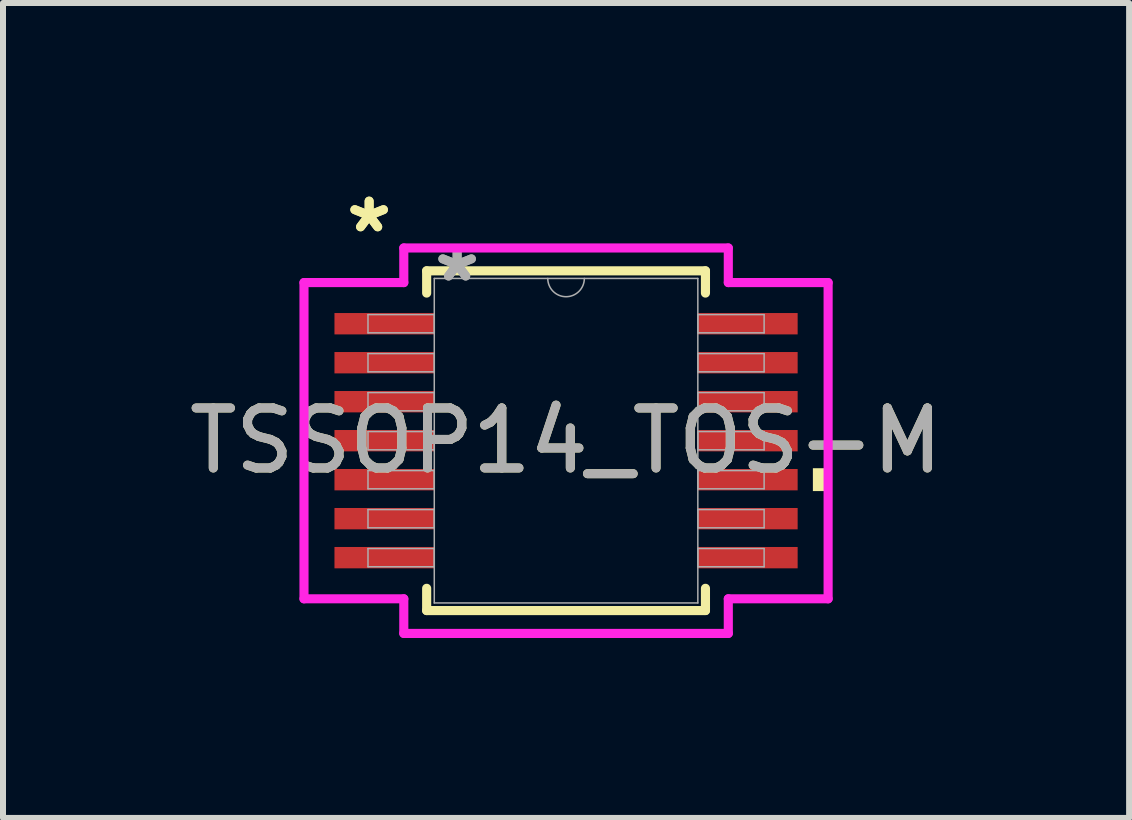
<source format=kicad_pcb>
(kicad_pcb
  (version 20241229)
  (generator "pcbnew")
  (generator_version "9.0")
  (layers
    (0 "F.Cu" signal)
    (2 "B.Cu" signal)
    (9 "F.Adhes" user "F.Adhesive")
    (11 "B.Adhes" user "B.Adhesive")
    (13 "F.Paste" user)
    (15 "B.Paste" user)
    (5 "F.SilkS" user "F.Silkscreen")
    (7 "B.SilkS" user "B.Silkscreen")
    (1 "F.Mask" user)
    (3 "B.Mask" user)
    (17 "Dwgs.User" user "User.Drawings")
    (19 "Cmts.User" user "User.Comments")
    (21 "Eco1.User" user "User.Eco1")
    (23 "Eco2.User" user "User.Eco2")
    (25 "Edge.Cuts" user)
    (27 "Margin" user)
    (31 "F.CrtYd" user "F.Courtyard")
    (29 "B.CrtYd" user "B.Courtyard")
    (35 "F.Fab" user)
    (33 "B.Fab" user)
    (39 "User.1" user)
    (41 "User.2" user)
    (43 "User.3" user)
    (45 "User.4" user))
  (footprint "TSSOP14_TOS-M"
    (layer "F.Cu")
    (at 6.387 4.297)
    (property "Reference" "TSSOP14_TOS-M" (at 0 0 0) (unlocked yes) (layer "F.SilkS") (effects (font (size 1 1) (thickness 0.15))))
    (attr smd)
    (fp_line (start -2.324 -2.832) (end -2.324 -2.461) (stroke (width 0.152) (type solid)) (layer "F.SilkS"))
    (fp_line (start -2.324 2.461) (end -2.324 2.832) (stroke (width 0.152) (type solid)) (layer "F.SilkS"))
    (fp_line (start -2.324 2.832) (end 2.324 2.832) (stroke (width 0.152) (type solid)) (layer "F.SilkS"))
    (fp_line (start 2.324 -2.832) (end -2.324 -2.832) (stroke (width 0.152) (type solid)) (layer "F.SilkS"))
    (fp_line (start 2.324 -2.461) (end 2.324 -2.832) (stroke (width 0.152) (type solid)) (layer "F.SilkS"))
    (fp_line (start 2.324 2.832) (end 2.324 2.461) (stroke (width 0.152) (type solid)) (layer "F.SilkS"))
    (fp_poly (pts (xy 4.369 0.459) (xy 4.369 0.84) (xy 4.115 0.84) (xy 4.115 0.459)) (stroke (width 0) (type solid)) (fill yes) (layer "F.SilkS"))
    (fp_line (start -4.369 -2.636) (end -2.705 -2.636) (stroke (width 0.152) (type solid)) (layer "F.CrtYd"))
    (fp_line (start -4.369 2.636) (end -4.369 -2.636) (stroke (width 0.152) (type solid)) (layer "F.CrtYd"))
    (fp_line (start -4.369 2.636) (end -2.705 2.636) (stroke (width 0.152) (type solid)) (layer "F.CrtYd"))
    (fp_line (start -2.705 -3.213) (end 2.705 -3.213) (stroke (width 0.152) (type solid)) (layer "F.CrtYd"))
    (fp_line (start -2.705 -2.636) (end -2.705 -3.213) (stroke (width 0.152) (type solid)) (layer "F.CrtYd"))
    (fp_line (start -2.705 3.213) (end -2.705 2.636) (stroke (width 0.152) (type solid)) (layer "F.CrtYd"))
    (fp_line (start 2.705 -3.213) (end 2.705 -2.636) (stroke (width 0.152) (type solid)) (layer "F.CrtYd"))
    (fp_line (start 2.705 2.636) (end 2.705 3.213) (stroke (width 0.152) (type solid)) (layer "F.CrtYd"))
    (fp_line (start 2.705 3.213) (end -2.705 3.213) (stroke (width 0.152) (type solid)) (layer "F.CrtYd"))
    (fp_line (start 4.369 -2.636) (end 2.705 -2.636) (stroke (width 0.152) (type solid)) (layer "F.CrtYd"))
    (fp_line (start 4.369 -2.636) (end 4.369 2.636) (stroke (width 0.152) (type solid)) (layer "F.CrtYd"))
    (fp_line (start 4.369 2.636) (end 2.705 2.636) (stroke (width 0.152) (type solid)) (layer "F.CrtYd"))
    (fp_line (start -3.302 -2.102) (end -3.302 -1.798) (stroke (width 0.025) (type solid)) (layer "F.Fab"))
    (fp_line (start -3.302 -1.798) (end -2.197 -1.798) (stroke (width 0.025) (type solid)) (layer "F.Fab"))
    (fp_line (start -3.302 -1.452) (end -3.302 -1.148) (stroke (width 0.025) (type solid)) (layer "F.Fab"))
    (fp_line (start -3.302 -1.148) (end -2.197 -1.148) (stroke (width 0.025) (type solid)) (layer "F.Fab"))
    (fp_line (start -3.302 -0.802) (end -3.302 -0.498) (stroke (width 0.025) (type solid)) (layer "F.Fab"))
    (fp_line (start -3.302 -0.498) (end -2.197 -0.498) (stroke (width 0.025) (type solid)) (layer "F.Fab"))
    (fp_line (start -3.302 -0.152) (end -3.302 0.152) (stroke (width 0.025) (type solid)) (layer "F.Fab"))
    (fp_line (start -3.302 0.152) (end -2.197 0.152) (stroke (width 0.025) (type solid)) (layer "F.Fab"))
    (fp_line (start -3.302 0.498) (end -3.302 0.802) (stroke (width 0.025) (type solid)) (layer "F.Fab"))
    (fp_line (start -3.302 0.802) (end -2.197 0.802) (stroke (width 0.025) (type solid)) (layer "F.Fab"))
    (fp_line (start -3.302 1.148) (end -3.302 1.452) (stroke (width 0.025) (type solid)) (layer "F.Fab"))
    (fp_line (start -3.302 1.452) (end -2.197 1.452) (stroke (width 0.025) (type solid)) (layer "F.Fab"))
    (fp_line (start -3.302 1.798) (end -3.302 2.102) (stroke (width 0.025) (type solid)) (layer "F.Fab"))
    (fp_line (start -3.302 2.102) (end -2.197 2.102) (stroke (width 0.025) (type solid)) (layer "F.Fab"))
    (fp_line (start -2.197 -2.705) (end -2.197 2.705) (stroke (width 0.025) (type solid)) (layer "F.Fab"))
    (fp_line (start -2.197 -2.102) (end -3.302 -2.102) (stroke (width 0.025) (type solid)) (layer "F.Fab"))
    (fp_line (start -2.197 -1.798) (end -2.197 -2.102) (stroke (width 0.025) (type solid)) (layer "F.Fab"))
    (fp_line (start -2.197 -1.452) (end -3.302 -1.452) (stroke (width 0.025) (type solid)) (layer "F.Fab"))
    (fp_line (start -2.197 -1.148) (end -2.197 -1.452) (stroke (width 0.025) (type solid)) (layer "F.Fab"))
    (fp_line (start -2.197 -0.802) (end -3.302 -0.802) (stroke (width 0.025) (type solid)) (layer "F.Fab"))
    (fp_line (start -2.197 -0.498) (end -2.197 -0.802) (stroke (width 0.025) (type solid)) (layer "F.Fab"))
    (fp_line (start -2.197 -0.152) (end -3.302 -0.152) (stroke (width 0.025) (type solid)) (layer "F.Fab"))
    (fp_line (start -2.197 0.152) (end -2.197 -0.152) (stroke (width 0.025) (type solid)) (layer "F.Fab"))
    (fp_line (start -2.197 0.498) (end -3.302 0.498) (stroke (width 0.025) (type solid)) (layer "F.Fab"))
    (fp_line (start -2.197 0.802) (end -2.197 0.498) (stroke (width 0.025) (type solid)) (layer "F.Fab"))
    (fp_line (start -2.197 1.148) (end -3.302 1.148) (stroke (width 0.025) (type solid)) (layer "F.Fab"))
    (fp_line (start -2.197 1.452) (end -2.197 1.148) (stroke (width 0.025) (type solid)) (layer "F.Fab"))
    (fp_line (start -2.197 1.798) (end -3.302 1.798) (stroke (width 0.025) (type solid)) (layer "F.Fab"))
    (fp_line (start -2.197 2.102) (end -2.197 1.798) (stroke (width 0.025) (type solid)) (layer "F.Fab"))
    (fp_line (start -2.197 2.705) (end 2.197 2.705) (stroke (width 0.025) (type solid)) (layer "F.Fab"))
    (fp_line (start 2.197 -2.705) (end -2.197 -2.705) (stroke (width 0.025) (type solid)) (layer "F.Fab"))
    (fp_line (start 2.197 -2.102) (end 2.197 -1.798) (stroke (width 0.025) (type solid)) (layer "F.Fab"))
    (fp_line (start 2.197 -1.798) (end 3.302 -1.798) (stroke (width 0.025) (type solid)) (layer "F.Fab"))
    (fp_line (start 2.197 -1.452) (end 2.197 -1.148) (stroke (width 0.025) (type solid)) (layer "F.Fab"))
    (fp_line (start 2.197 -1.148) (end 3.302 -1.148) (stroke (width 0.025) (type solid)) (layer "F.Fab"))
    (fp_line (start 2.197 -0.802) (end 2.197 -0.498) (stroke (width 0.025) (type solid)) (layer "F.Fab"))
    (fp_line (start 2.197 -0.498) (end 3.302 -0.498) (stroke (width 0.025) (type solid)) (layer "F.Fab"))
    (fp_line (start 2.197 -0.152) (end 2.197 0.152) (stroke (width 0.025) (type solid)) (layer "F.Fab"))
    (fp_line (start 2.197 0.152) (end 3.302 0.152) (stroke (width 0.025) (type solid)) (layer "F.Fab"))
    (fp_line (start 2.197 0.498) (end 2.197 0.802) (stroke (width 0.025) (type solid)) (layer "F.Fab"))
    (fp_line (start 2.197 0.802) (end 3.302 0.802) (stroke (width 0.025) (type solid)) (layer "F.Fab"))
    (fp_line (start 2.197 1.148) (end 2.197 1.452) (stroke (width 0.025) (type solid)) (layer "F.Fab"))
    (fp_line (start 2.197 1.452) (end 3.302 1.452) (stroke (width 0.025) (type solid)) (layer "F.Fab"))
    (fp_line (start 2.197 1.798) (end 2.197 2.102) (stroke (width 0.025) (type solid)) (layer "F.Fab"))
    (fp_line (start 2.197 2.102) (end 3.302 2.102) (stroke (width 0.025) (type solid)) (layer "F.Fab"))
    (fp_line (start 2.197 2.705) (end 2.197 -2.705) (stroke (width 0.025) (type solid)) (layer "F.Fab"))
    (fp_line (start 3.302 -2.102) (end 2.197 -2.102) (stroke (width 0.025) (type solid)) (layer "F.Fab"))
    (fp_line (start 3.302 -1.798) (end 3.302 -2.102) (stroke (width 0.025) (type solid)) (layer "F.Fab"))
    (fp_line (start 3.302 -1.452) (end 2.197 -1.452) (stroke (width 0.025) (type solid)) (layer "F.Fab"))
    (fp_line (start 3.302 -1.148) (end 3.302 -1.452) (stroke (width 0.025) (type solid)) (layer "F.Fab"))
    (fp_line (start 3.302 -0.802) (end 2.197 -0.802) (stroke (width 0.025) (type solid)) (layer "F.Fab"))
    (fp_line (start 3.302 -0.498) (end 3.302 -0.802) (stroke (width 0.025) (type solid)) (layer "F.Fab"))
    (fp_line (start 3.302 -0.152) (end 2.197 -0.152) (stroke (width 0.025) (type solid)) (layer "F.Fab"))
    (fp_line (start 3.302 0.152) (end 3.302 -0.152) (stroke (width 0.025) (type solid)) (layer "F.Fab"))
    (fp_line (start 3.302 0.498) (end 2.197 0.498) (stroke (width 0.025) (type solid)) (layer "F.Fab"))
    (fp_line (start 3.302 0.802) (end 3.302 0.498) (stroke (width 0.025) (type solid)) (layer "F.Fab"))
    (fp_line (start 3.302 1.148) (end 2.197 1.148) (stroke (width 0.025) (type solid)) (layer "F.Fab"))
    (fp_line (start 3.302 1.452) (end 3.302 1.148) (stroke (width 0.025) (type solid)) (layer "F.Fab"))
    (fp_line (start 3.302 1.798) (end 2.197 1.798) (stroke (width 0.025) (type solid)) (layer "F.Fab"))
    (fp_line (start 3.302 2.102) (end 3.302 1.798) (stroke (width 0.025) (type solid)) (layer "F.Fab"))
    (fp_arc (start 0.3048 -2.7051) (mid 0 -2.4003) (end -0.3048 -2.7051) (stroke (width 0.0254) (type solid)) (layer "F.Fab"))
    (fp_text user "*" (at -3.283 -3.449 0) (unlocked yes) (layer "F.SilkS") (effects (font (size 1 1) (thickness 0.15))))
    (fp_text user "*" (at -3.283 -3.449 0) (layer "F.SilkS") (effects (font (size 1 1) (thickness 0.15))))
    (fp_text user "*" (at -1.816 -2.629 0) (layer "F.Fab") (effects (font (size 1 1) (thickness 0.15))))
    (fp_text user "*" (at -1.816 -2.629 0) (unlocked yes) (layer "F.Fab") (effects (font (size 1 1) (thickness 0.15))))
    (fp_text user "${REFERENCE}" (at 0 0 0) (unlocked yes) (layer "F.Fab") (effects (font (size 1 1) (thickness 0.15))))
    (pad "1" smd rect (at -3.029 -1.95) (size 1.664 0.356) (layers "F.Cu" "F.Mask" "F.Paste"))
    (pad "2" smd rect (at -3.029 -1.3) (size 1.664 0.356) (layers "F.Cu" "F.Mask" "F.Paste"))
    (pad "3" smd rect (at -3.029 -0.65) (size 1.664 0.356) (layers "F.Cu" "F.Mask" "F.Paste"))
    (pad "4" smd rect (at -3.029 0) (size 1.664 0.356) (layers "F.Cu" "F.Mask" "F.Paste"))
    (pad "5" smd rect (at -3.029 0.65) (size 1.664 0.356) (layers "F.Cu" "F.Mask" "F.Paste"))
    (pad "6" smd rect (at -3.029 1.3) (size 1.664 0.356) (layers "F.Cu" "F.Mask" "F.Paste"))
    (pad "7" smd rect (at -3.029 1.95) (size 1.664 0.356) (layers "F.Cu" "F.Mask" "F.Paste"))
    (pad "8" smd rect (at 3.029 1.95) (size 1.664 0.356) (layers "F.Cu" "F.Mask" "F.Paste"))
    (pad "9" smd rect (at 3.029 1.3) (size 1.664 0.356) (layers "F.Cu" "F.Mask" "F.Paste"))
    (pad "10" smd rect (at 3.029 0.65) (size 1.664 0.356) (layers "F.Cu" "F.Mask" "F.Paste"))
    (pad "11" smd rect (at 3.029 0) (size 1.664 0.356) (layers "F.Cu" "F.Mask" "F.Paste"))
    (pad "12" smd rect (at 3.029 -0.65) (size 1.664 0.356) (layers "F.Cu" "F.Mask" "F.Paste"))
    (pad "13" smd rect (at 3.029 -1.3) (size 1.664 0.356) (layers "F.Cu" "F.Mask" "F.Paste"))
    (pad "14" smd rect (at 3.029 -1.95) (size 1.664 0.356) (layers "F.Cu" "F.Mask" "F.Paste")))
  (gr_rect
    (start -3 -3)
    (end 15.774 10.586)
    (stroke (width 0.1) (type default))
    (fill no)
    (layer "Edge.Cuts")))
</source>
